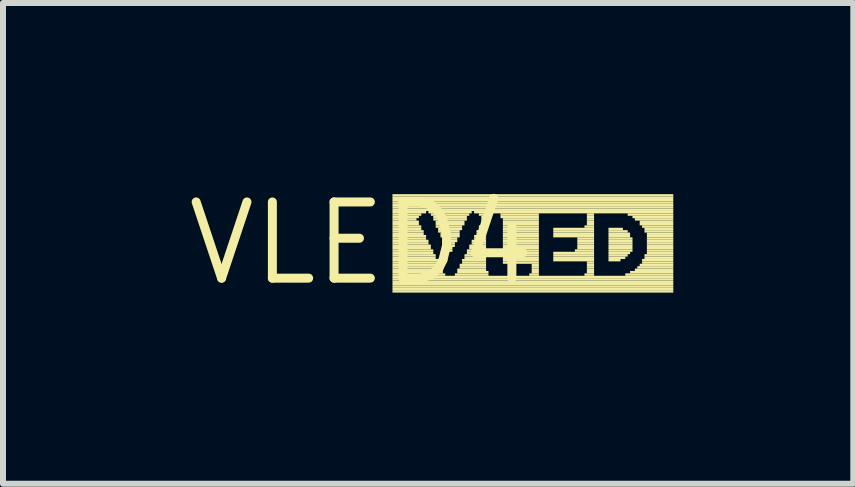
<source format=kicad_pcb>
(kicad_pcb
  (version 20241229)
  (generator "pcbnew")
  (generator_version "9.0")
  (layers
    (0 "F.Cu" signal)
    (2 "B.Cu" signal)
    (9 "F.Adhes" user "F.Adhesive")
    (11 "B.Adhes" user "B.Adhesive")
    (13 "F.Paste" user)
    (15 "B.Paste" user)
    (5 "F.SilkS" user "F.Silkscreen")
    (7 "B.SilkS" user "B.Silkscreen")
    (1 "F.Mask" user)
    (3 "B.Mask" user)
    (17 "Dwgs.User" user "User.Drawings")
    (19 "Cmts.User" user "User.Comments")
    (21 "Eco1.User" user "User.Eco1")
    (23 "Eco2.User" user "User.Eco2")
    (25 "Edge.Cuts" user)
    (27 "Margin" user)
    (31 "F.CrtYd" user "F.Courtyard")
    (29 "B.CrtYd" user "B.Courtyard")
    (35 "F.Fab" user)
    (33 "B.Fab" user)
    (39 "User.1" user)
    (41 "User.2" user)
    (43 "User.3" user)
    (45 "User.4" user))
  (footprint "VLED4"
    (layer "F.Cu")
    (at 2.971 1.006)
    (property "Reference" "VLED4" (at 0 0 0) (layer "F.SilkS") (effects (font (size 1.27 1.27) (thickness 0.15))))
    (attr through_hole)
    (fp_poly (pts (xy 0.52 -0.78) (xy 5.2 -0.78) (xy 5.2 -0.82) (xy 0.52 -0.82)) (stroke (width 0) (type solid)) (fill yes) (layer "F.SilkS"))
    (fp_poly (pts (xy 0.52 -0.74) (xy 5.2 -0.74) (xy 5.2 -0.78) (xy 0.52 -0.78)) (stroke (width 0) (type solid)) (fill yes) (layer "F.SilkS"))
    (fp_poly (pts (xy 0.52 -0.7) (xy 5.2 -0.7) (xy 5.2 -0.74) (xy 0.52 -0.74)) (stroke (width 0) (type solid)) (fill yes) (layer "F.SilkS"))
    (fp_poly (pts (xy 0.52 -0.66) (xy 5.2 -0.66) (xy 5.2 -0.7) (xy 0.52 -0.7)) (stroke (width 0) (type solid)) (fill yes) (layer "F.SilkS"))
    (fp_poly (pts (xy 0.52 -0.62) (xy 5.2 -0.62) (xy 5.2 -0.66) (xy 0.52 -0.66)) (stroke (width 0) (type solid)) (fill yes) (layer "F.SilkS"))
    (fp_poly (pts (xy 0.52 -0.58) (xy 5.2 -0.58) (xy 5.2 -0.62) (xy 0.52 -0.62)) (stroke (width 0) (type solid)) (fill yes) (layer "F.SilkS"))
    (fp_poly (pts (xy 0.52 -0.54) (xy 5.2 -0.54) (xy 5.2 -0.58) (xy 0.52 -0.58)) (stroke (width 0) (type solid)) (fill yes) (layer "F.SilkS"))
    (fp_poly (pts (xy 0.52 -0.5) (xy 1.08 -0.5) (xy 1.08 -0.54) (xy 0.52 -0.54)) (stroke (width 0) (type solid)) (fill yes) (layer "F.SilkS"))
    (fp_poly (pts (xy 0.52 -0.46) (xy 1 -0.46) (xy 1 -0.5) (xy 0.52 -0.5)) (stroke (width 0) (type solid)) (fill yes) (layer "F.SilkS"))
    (fp_poly (pts (xy 0.52 -0.42) (xy 0.96 -0.42) (xy 0.96 -0.46) (xy 0.52 -0.46)) (stroke (width 0) (type solid)) (fill yes) (layer "F.SilkS"))
    (fp_poly (pts (xy 0.52 -0.38) (xy 0.92 -0.38) (xy 0.92 -0.42) (xy 0.52 -0.42)) (stroke (width 0) (type solid)) (fill yes) (layer "F.SilkS"))
    (fp_poly (pts (xy 0.52 -0.34) (xy 0.96 -0.34) (xy 0.96 -0.38) (xy 0.52 -0.38)) (stroke (width 0) (type solid)) (fill yes) (layer "F.SilkS"))
    (fp_poly (pts (xy 0.52 -0.3) (xy 0.96 -0.3) (xy 0.96 -0.34) (xy 0.52 -0.34)) (stroke (width 0) (type solid)) (fill yes) (layer "F.SilkS"))
    (fp_poly (pts (xy 0.52 -0.26) (xy 1 -0.26) (xy 1 -0.3) (xy 0.52 -0.3)) (stroke (width 0) (type solid)) (fill yes) (layer "F.SilkS"))
    (fp_poly (pts (xy 0.52 -0.22) (xy 1 -0.22) (xy 1 -0.26) (xy 0.52 -0.26)) (stroke (width 0) (type solid)) (fill yes) (layer "F.SilkS"))
    (fp_poly (pts (xy 0.52 -0.18) (xy 1.04 -0.18) (xy 1.04 -0.22) (xy 0.52 -0.22)) (stroke (width 0) (type solid)) (fill yes) (layer "F.SilkS"))
    (fp_poly (pts (xy 0.52 -0.14) (xy 1.04 -0.14) (xy 1.04 -0.18) (xy 0.52 -0.18)) (stroke (width 0) (type solid)) (fill yes) (layer "F.SilkS"))
    (fp_poly (pts (xy 0.52 -0.1) (xy 1.08 -0.1) (xy 1.08 -0.14) (xy 0.52 -0.14)) (stroke (width 0) (type solid)) (fill yes) (layer "F.SilkS"))
    (fp_poly (pts (xy 0.52 -0.06) (xy 1.08 -0.06) (xy 1.08 -0.1) (xy 0.52 -0.1)) (stroke (width 0) (type solid)) (fill yes) (layer "F.SilkS"))
    (fp_poly (pts (xy 0.52 -0.02) (xy 1.12 -0.02) (xy 1.12 -0.06) (xy 0.52 -0.06)) (stroke (width 0) (type solid)) (fill yes) (layer "F.SilkS"))
    (fp_poly (pts (xy 0.52 0.02) (xy 1.12 0.02) (xy 1.12 -0.02) (xy 0.52 -0.02)) (stroke (width 0) (type solid)) (fill yes) (layer "F.SilkS"))
    (fp_poly (pts (xy 0.52 0.06) (xy 1.16 0.06) (xy 1.16 0.02) (xy 0.52 0.02)) (stroke (width 0) (type solid)) (fill yes) (layer "F.SilkS"))
    (fp_poly (pts (xy 0.52 0.1) (xy 1.16 0.1) (xy 1.16 0.06) (xy 0.52 0.06)) (stroke (width 0) (type solid)) (fill yes) (layer "F.SilkS"))
    (fp_poly (pts (xy 0.52 0.14) (xy 1.2 0.14) (xy 1.2 0.1) (xy 0.52 0.1)) (stroke (width 0) (type solid)) (fill yes) (layer "F.SilkS"))
    (fp_poly (pts (xy 0.52 0.18) (xy 1.2 0.18) (xy 1.2 0.14) (xy 0.52 0.14)) (stroke (width 0) (type solid)) (fill yes) (layer "F.SilkS"))
    (fp_poly (pts (xy 0.52 0.22) (xy 1.24 0.22) (xy 1.24 0.18) (xy 0.52 0.18)) (stroke (width 0) (type solid)) (fill yes) (layer "F.SilkS"))
    (fp_poly (pts (xy 0.52 0.26) (xy 1.24 0.26) (xy 1.24 0.22) (xy 0.52 0.22)) (stroke (width 0) (type solid)) (fill yes) (layer "F.SilkS"))
    (fp_poly (pts (xy 0.52 0.3) (xy 1.28 0.3) (xy 1.28 0.26) (xy 0.52 0.26)) (stroke (width 0) (type solid)) (fill yes) (layer "F.SilkS"))
    (fp_poly (pts (xy 0.52 0.34) (xy 1.28 0.34) (xy 1.28 0.3) (xy 0.52 0.3)) (stroke (width 0) (type solid)) (fill yes) (layer "F.SilkS"))
    (fp_poly (pts (xy 0.52 0.38) (xy 1.32 0.38) (xy 1.32 0.34) (xy 0.52 0.34)) (stroke (width 0) (type solid)) (fill yes) (layer "F.SilkS"))
    (fp_poly (pts (xy 0.52 0.42) (xy 1.32 0.42) (xy 1.32 0.38) (xy 0.52 0.38)) (stroke (width 0) (type solid)) (fill yes) (layer "F.SilkS"))
    (fp_poly (pts (xy 0.52 0.46) (xy 1.36 0.46) (xy 1.36 0.42) (xy 0.52 0.42)) (stroke (width 0) (type solid)) (fill yes) (layer "F.SilkS"))
    (fp_poly (pts (xy 0.52 0.5) (xy 1.36 0.5) (xy 1.36 0.46) (xy 0.52 0.46)) (stroke (width 0) (type solid)) (fill yes) (layer "F.SilkS"))
    (fp_poly (pts (xy 0.52 0.54) (xy 1.4 0.54) (xy 1.4 0.5) (xy 0.52 0.5)) (stroke (width 0) (type solid)) (fill yes) (layer "F.SilkS"))
    (fp_poly (pts (xy 0.52 0.58) (xy 5.2 0.58) (xy 5.2 0.54) (xy 0.52 0.54)) (stroke (width 0) (type solid)) (fill yes) (layer "F.SilkS"))
    (fp_poly (pts (xy 0.52 0.62) (xy 5.2 0.62) (xy 5.2 0.58) (xy 0.52 0.58)) (stroke (width 0) (type solid)) (fill yes) (layer "F.SilkS"))
    (fp_poly (pts (xy 0.52 0.66) (xy 5.2 0.66) (xy 5.2 0.62) (xy 0.52 0.62)) (stroke (width 0) (type solid)) (fill yes) (layer "F.SilkS"))
    (fp_poly (pts (xy 0.52 0.7) (xy 5.2 0.7) (xy 5.2 0.66) (xy 0.52 0.66)) (stroke (width 0) (type solid)) (fill yes) (layer "F.SilkS"))
    (fp_poly (pts (xy 0.52 0.74) (xy 5.2 0.74) (xy 5.2 0.7) (xy 0.52 0.7)) (stroke (width 0) (type solid)) (fill yes) (layer "F.SilkS"))
    (fp_poly (pts (xy 0.52 0.78) (xy 5.2 0.78) (xy 5.2 0.74) (xy 0.52 0.74)) (stroke (width 0) (type solid)) (fill yes) (layer "F.SilkS"))
    (fp_poly (pts (xy 0.52 0.82) (xy 5.2 0.82) (xy 5.2 0.78) (xy 0.52 0.78)) (stroke (width 0) (type solid)) (fill yes) (layer "F.SilkS"))
    (fp_poly (pts (xy 1.12 -0.5) (xy 1.84 -0.5) (xy 1.84 -0.54) (xy 1.12 -0.54)) (stroke (width 0) (type solid)) (fill yes) (layer "F.SilkS"))
    (fp_poly (pts (xy 1.16 -0.46) (xy 1.8 -0.46) (xy 1.8 -0.5) (xy 1.16 -0.5)) (stroke (width 0) (type solid)) (fill yes) (layer "F.SilkS"))
    (fp_poly (pts (xy 1.2 -0.42) (xy 1.76 -0.42) (xy 1.76 -0.46) (xy 1.2 -0.46)) (stroke (width 0) (type solid)) (fill yes) (layer "F.SilkS"))
    (fp_poly (pts (xy 1.2 -0.38) (xy 1.76 -0.38) (xy 1.76 -0.42) (xy 1.2 -0.42)) (stroke (width 0) (type solid)) (fill yes) (layer "F.SilkS"))
    (fp_poly (pts (xy 1.24 -0.34) (xy 1.72 -0.34) (xy 1.72 -0.38) (xy 1.24 -0.38)) (stroke (width 0) (type solid)) (fill yes) (layer "F.SilkS"))
    (fp_poly (pts (xy 1.24 -0.3) (xy 1.72 -0.3) (xy 1.72 -0.34) (xy 1.24 -0.34)) (stroke (width 0) (type solid)) (fill yes) (layer "F.SilkS"))
    (fp_poly (pts (xy 1.24 -0.26) (xy 1.68 -0.26) (xy 1.68 -0.3) (xy 1.24 -0.3)) (stroke (width 0) (type solid)) (fill yes) (layer "F.SilkS"))
    (fp_poly (pts (xy 1.28 -0.22) (xy 1.68 -0.22) (xy 1.68 -0.26) (xy 1.28 -0.26)) (stroke (width 0) (type solid)) (fill yes) (layer "F.SilkS"))
    (fp_poly (pts (xy 1.28 -0.18) (xy 1.64 -0.18) (xy 1.64 -0.22) (xy 1.28 -0.22)) (stroke (width 0) (type solid)) (fill yes) (layer "F.SilkS"))
    (fp_poly (pts (xy 1.32 -0.14) (xy 1.64 -0.14) (xy 1.64 -0.18) (xy 1.32 -0.18)) (stroke (width 0) (type solid)) (fill yes) (layer "F.SilkS"))
    (fp_poly (pts (xy 1.32 -0.1) (xy 1.64 -0.1) (xy 1.64 -0.14) (xy 1.32 -0.14)) (stroke (width 0) (type solid)) (fill yes) (layer "F.SilkS"))
    (fp_poly (pts (xy 1.36 -0.06) (xy 1.6 -0.06) (xy 1.6 -0.1) (xy 1.36 -0.1)) (stroke (width 0) (type solid)) (fill yes) (layer "F.SilkS"))
    (fp_poly (pts (xy 1.36 -0.02) (xy 1.6 -0.02) (xy 1.6 -0.06) (xy 1.36 -0.06)) (stroke (width 0) (type solid)) (fill yes) (layer "F.SilkS"))
    (fp_poly (pts (xy 1.4 0.02) (xy 1.56 0.02) (xy 1.56 -0.02) (xy 1.4 -0.02)) (stroke (width 0) (type solid)) (fill yes) (layer "F.SilkS"))
    (fp_poly (pts (xy 1.4 0.06) (xy 1.56 0.06) (xy 1.56 0.02) (xy 1.4 0.02)) (stroke (width 0) (type solid)) (fill yes) (layer "F.SilkS"))
    (fp_poly (pts (xy 1.44 0.1) (xy 1.52 0.1) (xy 1.52 0.06) (xy 1.44 0.06)) (stroke (width 0) (type solid)) (fill yes) (layer "F.SilkS"))
    (fp_poly (pts (xy 1.44 0.14) (xy 1.52 0.14) (xy 1.52 0.1) (xy 1.44 0.1)) (stroke (width 0) (type solid)) (fill yes) (layer "F.SilkS"))
    (fp_poly (pts (xy 1.56 0.54) (xy 2.12 0.54) (xy 2.12 0.5) (xy 1.56 0.5)) (stroke (width 0) (type solid)) (fill yes) (layer "F.SilkS"))
    (fp_poly (pts (xy 1.6 0.46) (xy 2.08 0.46) (xy 2.08 0.42) (xy 1.6 0.42)) (stroke (width 0) (type solid)) (fill yes) (layer "F.SilkS"))
    (fp_poly (pts (xy 1.6 0.5) (xy 2.12 0.5) (xy 2.12 0.46) (xy 1.6 0.46)) (stroke (width 0) (type solid)) (fill yes) (layer "F.SilkS"))
    (fp_poly (pts (xy 1.64 0.38) (xy 2.08 0.38) (xy 2.08 0.34) (xy 1.64 0.34)) (stroke (width 0) (type solid)) (fill yes) (layer "F.SilkS"))
    (fp_poly (pts (xy 1.64 0.42) (xy 2.08 0.42) (xy 2.08 0.38) (xy 1.64 0.38)) (stroke (width 0) (type solid)) (fill yes) (layer "F.SilkS"))
    (fp_poly (pts (xy 1.68 0.3) (xy 2.08 0.3) (xy 2.08 0.26) (xy 1.68 0.26)) (stroke (width 0) (type solid)) (fill yes) (layer "F.SilkS"))
    (fp_poly (pts (xy 1.68 0.34) (xy 2.08 0.34) (xy 2.08 0.3) (xy 1.68 0.3)) (stroke (width 0) (type solid)) (fill yes) (layer "F.SilkS"))
    (fp_poly (pts (xy 1.72 0.22) (xy 2.08 0.22) (xy 2.08 0.18) (xy 1.72 0.18)) (stroke (width 0) (type solid)) (fill yes) (layer "F.SilkS"))
    (fp_poly (pts (xy 1.72 0.26) (xy 2.08 0.26) (xy 2.08 0.22) (xy 1.72 0.22)) (stroke (width 0) (type solid)) (fill yes) (layer "F.SilkS"))
    (fp_poly (pts (xy 1.76 0.14) (xy 2.08 0.14) (xy 2.08 0.1) (xy 1.76 0.1)) (stroke (width 0) (type solid)) (fill yes) (layer "F.SilkS"))
    (fp_poly (pts (xy 1.76 0.18) (xy 2.08 0.18) (xy 2.08 0.14) (xy 1.76 0.14)) (stroke (width 0) (type solid)) (fill yes) (layer "F.SilkS"))
    (fp_poly (pts (xy 1.8 0.06) (xy 2.08 0.06) (xy 2.08 0.02) (xy 1.8 0.02)) (stroke (width 0) (type solid)) (fill yes) (layer "F.SilkS"))
    (fp_poly (pts (xy 1.8 0.1) (xy 2.08 0.1) (xy 2.08 0.06) (xy 1.8 0.06)) (stroke (width 0) (type solid)) (fill yes) (layer "F.SilkS"))
    (fp_poly (pts (xy 1.84 -0.02) (xy 2.08 -0.02) (xy 2.08 -0.06) (xy 1.84 -0.06)) (stroke (width 0) (type solid)) (fill yes) (layer "F.SilkS"))
    (fp_poly (pts (xy 1.84 0.02) (xy 2.08 0.02) (xy 2.08 -0.02) (xy 1.84 -0.02)) (stroke (width 0) (type solid)) (fill yes) (layer "F.SilkS"))
    (fp_poly (pts (xy 1.88 -0.5) (xy 5.2 -0.5) (xy 5.2 -0.54) (xy 1.88 -0.54)) (stroke (width 0) (type solid)) (fill yes) (layer "F.SilkS"))
    (fp_poly (pts (xy 1.88 -0.1) (xy 2.08 -0.1) (xy 2.08 -0.14) (xy 1.88 -0.14)) (stroke (width 0) (type solid)) (fill yes) (layer "F.SilkS"))
    (fp_poly (pts (xy 1.88 -0.06) (xy 2.08 -0.06) (xy 2.08 -0.1) (xy 1.88 -0.1)) (stroke (width 0) (type solid)) (fill yes) (layer "F.SilkS"))
    (fp_poly (pts (xy 1.92 -0.18) (xy 2.08 -0.18) (xy 2.08 -0.22) (xy 1.92 -0.22)) (stroke (width 0) (type solid)) (fill yes) (layer "F.SilkS"))
    (fp_poly (pts (xy 1.92 -0.14) (xy 2.08 -0.14) (xy 2.08 -0.18) (xy 1.92 -0.18)) (stroke (width 0) (type solid)) (fill yes) (layer "F.SilkS"))
    (fp_poly (pts (xy 1.96 -0.46) (xy 2.12 -0.46) (xy 2.12 -0.5) (xy 1.96 -0.5)) (stroke (width 0) (type solid)) (fill yes) (layer "F.SilkS"))
    (fp_poly (pts (xy 1.96 -0.26) (xy 2.08 -0.26) (xy 2.08 -0.3) (xy 1.96 -0.3)) (stroke (width 0) (type solid)) (fill yes) (layer "F.SilkS"))
    (fp_poly (pts (xy 1.96 -0.22) (xy 2.08 -0.22) (xy 2.08 -0.26) (xy 1.96 -0.26)) (stroke (width 0) (type solid)) (fill yes) (layer "F.SilkS"))
    (fp_poly (pts (xy 2 -0.42) (xy 2.08 -0.42) (xy 2.08 -0.46) (xy 2 -0.46)) (stroke (width 0) (type solid)) (fill yes) (layer "F.SilkS"))
    (fp_poly (pts (xy 2 -0.38) (xy 2.08 -0.38) (xy 2.08 -0.42) (xy 2 -0.42)) (stroke (width 0) (type solid)) (fill yes) (layer "F.SilkS"))
    (fp_poly (pts (xy 2 -0.34) (xy 2.08 -0.34) (xy 2.08 -0.38) (xy 2 -0.38)) (stroke (width 0) (type solid)) (fill yes) (layer "F.SilkS"))
    (fp_poly (pts (xy 2 -0.3) (xy 2.08 -0.3) (xy 2.08 -0.34) (xy 2 -0.34)) (stroke (width 0) (type solid)) (fill yes) (layer "F.SilkS"))
    (fp_poly (pts (xy 2.32 -0.46) (xy 2.96 -0.46) (xy 2.96 -0.5) (xy 2.32 -0.5)) (stroke (width 0) (type solid)) (fill yes) (layer "F.SilkS"))
    (fp_poly (pts (xy 2.32 -0.42) (xy 2.96 -0.42) (xy 2.96 -0.46) (xy 2.32 -0.46)) (stroke (width 0) (type solid)) (fill yes) (layer "F.SilkS"))
    (fp_poly (pts (xy 2.36 -0.38) (xy 2.96 -0.38) (xy 2.96 -0.42) (xy 2.36 -0.42)) (stroke (width 0) (type solid)) (fill yes) (layer "F.SilkS"))
    (fp_poly (pts (xy 2.36 -0.34) (xy 2.96 -0.34) (xy 2.96 -0.38) (xy 2.36 -0.38)) (stroke (width 0) (type solid)) (fill yes) (layer "F.SilkS"))
    (fp_poly (pts (xy 2.36 -0.3) (xy 2.96 -0.3) (xy 2.96 -0.34) (xy 2.36 -0.34)) (stroke (width 0) (type solid)) (fill yes) (layer "F.SilkS"))
    (fp_poly (pts (xy 2.36 -0.26) (xy 2.96 -0.26) (xy 2.96 -0.3) (xy 2.36 -0.3)) (stroke (width 0) (type solid)) (fill yes) (layer "F.SilkS"))
    (fp_poly (pts (xy 2.36 -0.22) (xy 2.96 -0.22) (xy 2.96 -0.26) (xy 2.36 -0.26)) (stroke (width 0) (type solid)) (fill yes) (layer "F.SilkS"))
    (fp_poly (pts (xy 2.36 -0.18) (xy 2.96 -0.18) (xy 2.96 -0.22) (xy 2.36 -0.22)) (stroke (width 0) (type solid)) (fill yes) (layer "F.SilkS"))
    (fp_poly (pts (xy 2.36 -0.14) (xy 2.96 -0.14) (xy 2.96 -0.18) (xy 2.36 -0.18)) (stroke (width 0) (type solid)) (fill yes) (layer "F.SilkS"))
    (fp_poly (pts (xy 2.36 -0.1) (xy 2.96 -0.1) (xy 2.96 -0.14) (xy 2.36 -0.14)) (stroke (width 0) (type solid)) (fill yes) (layer "F.SilkS"))
    (fp_poly (pts (xy 2.36 -0.06) (xy 2.96 -0.06) (xy 2.96 -0.1) (xy 2.36 -0.1)) (stroke (width 0) (type solid)) (fill yes) (layer "F.SilkS"))
    (fp_poly (pts (xy 2.36 -0.02) (xy 2.96 -0.02) (xy 2.96 -0.06) (xy 2.36 -0.06)) (stroke (width 0) (type solid)) (fill yes) (layer "F.SilkS"))
    (fp_poly (pts (xy 2.36 0.02) (xy 2.96 0.02) (xy 2.96 -0.02) (xy 2.36 -0.02)) (stroke (width 0) (type solid)) (fill yes) (layer "F.SilkS"))
    (fp_poly (pts (xy 2.36 0.06) (xy 2.96 0.06) (xy 2.96 0.02) (xy 2.36 0.02)) (stroke (width 0) (type solid)) (fill yes) (layer "F.SilkS"))
    (fp_poly (pts (xy 2.36 0.1) (xy 2.96 0.1) (xy 2.96 0.06) (xy 2.36 0.06)) (stroke (width 0) (type solid)) (fill yes) (layer "F.SilkS"))
    (fp_poly (pts (xy 2.36 0.14) (xy 2.96 0.14) (xy 2.96 0.1) (xy 2.36 0.1)) (stroke (width 0) (type solid)) (fill yes) (layer "F.SilkS"))
    (fp_poly (pts (xy 2.36 0.18) (xy 2.96 0.18) (xy 2.96 0.14) (xy 2.36 0.14)) (stroke (width 0) (type solid)) (fill yes) (layer "F.SilkS"))
    (fp_poly (pts (xy 2.36 0.22) (xy 2.96 0.22) (xy 2.96 0.18) (xy 2.36 0.18)) (stroke (width 0) (type solid)) (fill yes) (layer "F.SilkS"))
    (fp_poly (pts (xy 2.36 0.26) (xy 2.96 0.26) (xy 2.96 0.22) (xy 2.36 0.22)) (stroke (width 0) (type solid)) (fill yes) (layer "F.SilkS"))
    (fp_poly (pts (xy 2.36 0.3) (xy 2.96 0.3) (xy 2.96 0.26) (xy 2.36 0.26)) (stroke (width 0) (type solid)) (fill yes) (layer "F.SilkS"))
    (fp_poly (pts (xy 2.36 0.34) (xy 2.96 0.34) (xy 2.96 0.3) (xy 2.36 0.3)) (stroke (width 0) (type solid)) (fill yes) (layer "F.SilkS"))
    (fp_poly (pts (xy 2.8 0.54) (xy 2.96 0.54) (xy 2.96 0.5) (xy 2.8 0.5)) (stroke (width 0) (type solid)) (fill yes) (layer "F.SilkS"))
    (fp_poly (pts (xy 2.84 0.38) (xy 2.96 0.38) (xy 2.96 0.34) (xy 2.84 0.34)) (stroke (width 0) (type solid)) (fill yes) (layer "F.SilkS"))
    (fp_poly (pts (xy 2.84 0.42) (xy 2.96 0.42) (xy 2.96 0.38) (xy 2.84 0.38)) (stroke (width 0) (type solid)) (fill yes) (layer "F.SilkS"))
    (fp_poly (pts (xy 2.84 0.46) (xy 2.96 0.46) (xy 2.96 0.42) (xy 2.84 0.42)) (stroke (width 0) (type solid)) (fill yes) (layer "F.SilkS"))
    (fp_poly (pts (xy 2.84 0.5) (xy 2.96 0.5) (xy 2.96 0.46) (xy 2.84 0.46)) (stroke (width 0) (type solid)) (fill yes) (layer "F.SilkS"))
    (fp_poly (pts (xy 3.2 -0.22) (xy 3.88 -0.22) (xy 3.88 -0.26) (xy 3.2 -0.26)) (stroke (width 0) (type solid)) (fill yes) (layer "F.SilkS"))
    (fp_poly (pts (xy 3.2 -0.18) (xy 3.88 -0.18) (xy 3.88 -0.22) (xy 3.2 -0.22)) (stroke (width 0) (type solid)) (fill yes) (layer "F.SilkS"))
    (fp_poly (pts (xy 3.2 -0.14) (xy 3.88 -0.14) (xy 3.88 -0.18) (xy 3.2 -0.18)) (stroke (width 0) (type solid)) (fill yes) (layer "F.SilkS"))
    (fp_poly (pts (xy 3.2 -0.1) (xy 3.88 -0.1) (xy 3.88 -0.14) (xy 3.2 -0.14)) (stroke (width 0) (type solid)) (fill yes) (layer "F.SilkS"))
    (fp_poly (pts (xy 3.2 0.18) (xy 3.88 0.18) (xy 3.88 0.14) (xy 3.2 0.14)) (stroke (width 0) (type solid)) (fill yes) (layer "F.SilkS"))
    (fp_poly (pts (xy 3.2 0.22) (xy 3.88 0.22) (xy 3.88 0.18) (xy 3.2 0.18)) (stroke (width 0) (type solid)) (fill yes) (layer "F.SilkS"))
    (fp_poly (pts (xy 3.2 0.26) (xy 3.88 0.26) (xy 3.88 0.22) (xy 3.2 0.22)) (stroke (width 0) (type solid)) (fill yes) (layer "F.SilkS"))
    (fp_poly (pts (xy 3.2 0.3) (xy 3.88 0.3) (xy 3.88 0.26) (xy 3.2 0.26)) (stroke (width 0) (type solid)) (fill yes) (layer "F.SilkS"))
    (fp_poly (pts (xy 3.56 0.14) (xy 3.88 0.14) (xy 3.88 0.1) (xy 3.56 0.1)) (stroke (width 0) (type solid)) (fill yes) (layer "F.SilkS"))
    (fp_poly (pts (xy 3.6 -0.06) (xy 3.88 -0.06) (xy 3.88 -0.1) (xy 3.6 -0.1)) (stroke (width 0) (type solid)) (fill yes) (layer "F.SilkS"))
    (fp_poly (pts (xy 3.6 -0.02) (xy 3.88 -0.02) (xy 3.88 -0.06) (xy 3.6 -0.06)) (stroke (width 0) (type solid)) (fill yes) (layer "F.SilkS"))
    (fp_poly (pts (xy 3.6 0.02) (xy 3.88 0.02) (xy 3.88 -0.02) (xy 3.6 -0.02)) (stroke (width 0) (type solid)) (fill yes) (layer "F.SilkS"))
    (fp_poly (pts (xy 3.6 0.06) (xy 3.88 0.06) (xy 3.88 0.02) (xy 3.6 0.02)) (stroke (width 0) (type solid)) (fill yes) (layer "F.SilkS"))
    (fp_poly (pts (xy 3.6 0.1) (xy 3.88 0.1) (xy 3.88 0.06) (xy 3.6 0.06)) (stroke (width 0) (type solid)) (fill yes) (layer "F.SilkS"))
    (fp_poly (pts (xy 3.72 -0.26) (xy 3.88 -0.26) (xy 3.88 -0.3) (xy 3.72 -0.3)) (stroke (width 0) (type solid)) (fill yes) (layer "F.SilkS"))
    (fp_poly (pts (xy 3.72 0.54) (xy 3.88 0.54) (xy 3.88 0.5) (xy 3.72 0.5)) (stroke (width 0) (type solid)) (fill yes) (layer "F.SilkS"))
    (fp_poly (pts (xy 3.76 -0.46) (xy 3.88 -0.46) (xy 3.88 -0.5) (xy 3.76 -0.5)) (stroke (width 0) (type solid)) (fill yes) (layer "F.SilkS"))
    (fp_poly (pts (xy 3.76 -0.42) (xy 3.88 -0.42) (xy 3.88 -0.46) (xy 3.76 -0.46)) (stroke (width 0) (type solid)) (fill yes) (layer "F.SilkS"))
    (fp_poly (pts (xy 3.76 -0.38) (xy 3.88 -0.38) (xy 3.88 -0.42) (xy 3.76 -0.42)) (stroke (width 0) (type solid)) (fill yes) (layer "F.SilkS"))
    (fp_poly (pts (xy 3.76 -0.34) (xy 3.88 -0.34) (xy 3.88 -0.38) (xy 3.76 -0.38)) (stroke (width 0) (type solid)) (fill yes) (layer "F.SilkS"))
    (fp_poly (pts (xy 3.76 -0.3) (xy 3.88 -0.3) (xy 3.88 -0.34) (xy 3.76 -0.34)) (stroke (width 0) (type solid)) (fill yes) (layer "F.SilkS"))
    (fp_poly (pts (xy 3.76 0.34) (xy 3.88 0.34) (xy 3.88 0.3) (xy 3.76 0.3)) (stroke (width 0) (type solid)) (fill yes) (layer "F.SilkS"))
    (fp_poly (pts (xy 3.76 0.38) (xy 3.88 0.38) (xy 3.88 0.34) (xy 3.76 0.34)) (stroke (width 0) (type solid)) (fill yes) (layer "F.SilkS"))
    (fp_poly (pts (xy 3.76 0.42) (xy 3.88 0.42) (xy 3.88 0.38) (xy 3.76 0.38)) (stroke (width 0) (type solid)) (fill yes) (layer "F.SilkS"))
    (fp_poly (pts (xy 3.76 0.46) (xy 3.88 0.46) (xy 3.88 0.42) (xy 3.76 0.42)) (stroke (width 0) (type solid)) (fill yes) (layer "F.SilkS"))
    (fp_poly (pts (xy 3.76 0.5) (xy 3.88 0.5) (xy 3.88 0.46) (xy 3.76 0.46)) (stroke (width 0) (type solid)) (fill yes) (layer "F.SilkS"))
    (fp_poly (pts (xy 4.12 -0.22) (xy 4.36 -0.22) (xy 4.36 -0.26) (xy 4.12 -0.26)) (stroke (width 0) (type solid)) (fill yes) (layer "F.SilkS"))
    (fp_poly (pts (xy 4.12 -0.18) (xy 4.44 -0.18) (xy 4.44 -0.22) (xy 4.12 -0.22)) (stroke (width 0) (type solid)) (fill yes) (layer "F.SilkS"))
    (fp_poly (pts (xy 4.12 -0.14) (xy 4.48 -0.14) (xy 4.48 -0.18) (xy 4.12 -0.18)) (stroke (width 0) (type solid)) (fill yes) (layer "F.SilkS"))
    (fp_poly (pts (xy 4.12 -0.1) (xy 4.48 -0.1) (xy 4.48 -0.14) (xy 4.12 -0.14)) (stroke (width 0) (type solid)) (fill yes) (layer "F.SilkS"))
    (fp_poly (pts (xy 4.12 -0.06) (xy 4.52 -0.06) (xy 4.52 -0.1) (xy 4.12 -0.1)) (stroke (width 0) (type solid)) (fill yes) (layer "F.SilkS"))
    (fp_poly (pts (xy 4.12 -0.02) (xy 4.52 -0.02) (xy 4.52 -0.06) (xy 4.12 -0.06)) (stroke (width 0) (type solid)) (fill yes) (layer "F.SilkS"))
    (fp_poly (pts (xy 4.12 0.02) (xy 4.52 0.02) (xy 4.52 -0.02) (xy 4.12 -0.02)) (stroke (width 0) (type solid)) (fill yes) (layer "F.SilkS"))
    (fp_poly (pts (xy 4.12 0.06) (xy 4.52 0.06) (xy 4.52 0.02) (xy 4.12 0.02)) (stroke (width 0) (type solid)) (fill yes) (layer "F.SilkS"))
    (fp_poly (pts (xy 4.12 0.1) (xy 4.52 0.1) (xy 4.52 0.06) (xy 4.12 0.06)) (stroke (width 0) (type solid)) (fill yes) (layer "F.SilkS"))
    (fp_poly (pts (xy 4.12 0.14) (xy 4.52 0.14) (xy 4.52 0.1) (xy 4.12 0.1)) (stroke (width 0) (type solid)) (fill yes) (layer "F.SilkS"))
    (fp_poly (pts (xy 4.12 0.18) (xy 4.48 0.18) (xy 4.48 0.14) (xy 4.12 0.14)) (stroke (width 0) (type solid)) (fill yes) (layer "F.SilkS"))
    (fp_poly (pts (xy 4.12 0.22) (xy 4.44 0.22) (xy 4.44 0.18) (xy 4.12 0.18)) (stroke (width 0) (type solid)) (fill yes) (layer "F.SilkS"))
    (fp_poly (pts (xy 4.12 0.26) (xy 4.4 0.26) (xy 4.4 0.22) (xy 4.12 0.22)) (stroke (width 0) (type solid)) (fill yes) (layer "F.SilkS"))
    (fp_poly (pts (xy 4.12 0.3) (xy 4.32 0.3) (xy 4.32 0.26) (xy 4.12 0.26)) (stroke (width 0) (type solid)) (fill yes) (layer "F.SilkS"))
    (fp_poly (pts (xy 4.4 0.54) (xy 5.2 0.54) (xy 5.2 0.5) (xy 4.4 0.5)) (stroke (width 0) (type solid)) (fill yes) (layer "F.SilkS"))
    (fp_poly (pts (xy 4.44 -0.46) (xy 5.2 -0.46) (xy 5.2 -0.5) (xy 4.44 -0.5)) (stroke (width 0) (type solid)) (fill yes) (layer "F.SilkS"))
    (fp_poly (pts (xy 4.48 0.5) (xy 5.2 0.5) (xy 5.2 0.46) (xy 4.48 0.46)) (stroke (width 0) (type solid)) (fill yes) (layer "F.SilkS"))
    (fp_poly (pts (xy 4.52 -0.42) (xy 5.2 -0.42) (xy 5.2 -0.46) (xy 4.52 -0.46)) (stroke (width 0) (type solid)) (fill yes) (layer "F.SilkS"))
    (fp_poly (pts (xy 4.56 -0.38) (xy 5.2 -0.38) (xy 5.2 -0.42) (xy 4.56 -0.42)) (stroke (width 0) (type solid)) (fill yes) (layer "F.SilkS"))
    (fp_poly (pts (xy 4.56 0.46) (xy 5.2 0.46) (xy 5.2 0.42) (xy 4.56 0.42)) (stroke (width 0) (type solid)) (fill yes) (layer "F.SilkS"))
    (fp_poly (pts (xy 4.6 0.42) (xy 5.2 0.42) (xy 5.2 0.38) (xy 4.6 0.38)) (stroke (width 0) (type solid)) (fill yes) (layer "F.SilkS"))
    (fp_poly (pts (xy 4.64 -0.34) (xy 5.2 -0.34) (xy 5.2 -0.38) (xy 4.64 -0.38)) (stroke (width 0) (type solid)) (fill yes) (layer "F.SilkS"))
    (fp_poly (pts (xy 4.64 -0.3) (xy 5.2 -0.3) (xy 5.2 -0.34) (xy 4.64 -0.34)) (stroke (width 0) (type solid)) (fill yes) (layer "F.SilkS"))
    (fp_poly (pts (xy 4.64 0.38) (xy 5.2 0.38) (xy 5.2 0.34) (xy 4.64 0.34)) (stroke (width 0) (type solid)) (fill yes) (layer "F.SilkS"))
    (fp_poly (pts (xy 4.68 -0.26) (xy 5.2 -0.26) (xy 5.2 -0.3) (xy 4.68 -0.3)) (stroke (width 0) (type solid)) (fill yes) (layer "F.SilkS"))
    (fp_poly (pts (xy 4.68 0.3) (xy 5.2 0.3) (xy 5.2 0.26) (xy 4.68 0.26)) (stroke (width 0) (type solid)) (fill yes) (layer "F.SilkS"))
    (fp_poly (pts (xy 4.68 0.34) (xy 5.2 0.34) (xy 5.2 0.3) (xy 4.68 0.3)) (stroke (width 0) (type solid)) (fill yes) (layer "F.SilkS"))
    (fp_poly (pts (xy 4.72 -0.22) (xy 5.2 -0.22) (xy 5.2 -0.26) (xy 4.72 -0.26)) (stroke (width 0) (type solid)) (fill yes) (layer "F.SilkS"))
    (fp_poly (pts (xy 4.72 -0.18) (xy 5.2 -0.18) (xy 5.2 -0.22) (xy 4.72 -0.22)) (stroke (width 0) (type solid)) (fill yes) (layer "F.SilkS"))
    (fp_poly (pts (xy 4.72 0.22) (xy 5.2 0.22) (xy 5.2 0.18) (xy 4.72 0.18)) (stroke (width 0) (type solid)) (fill yes) (layer "F.SilkS"))
    (fp_poly (pts (xy 4.72 0.26) (xy 5.2 0.26) (xy 5.2 0.22) (xy 4.72 0.22)) (stroke (width 0) (type solid)) (fill yes) (layer "F.SilkS"))
    (fp_poly (pts (xy 4.76 -0.14) (xy 5.2 -0.14) (xy 5.2 -0.18) (xy 4.76 -0.18)) (stroke (width 0) (type solid)) (fill yes) (layer "F.SilkS"))
    (fp_poly (pts (xy 4.76 -0.1) (xy 5.2 -0.1) (xy 5.2 -0.14) (xy 4.76 -0.14)) (stroke (width 0) (type solid)) (fill yes) (layer "F.SilkS"))
    (fp_poly (pts (xy 4.76 -0.06) (xy 5.2 -0.06) (xy 5.2 -0.1) (xy 4.76 -0.1)) (stroke (width 0) (type solid)) (fill yes) (layer "F.SilkS"))
    (fp_poly (pts (xy 4.76 -0.02) (xy 5.2 -0.02) (xy 5.2 -0.06) (xy 4.76 -0.06)) (stroke (width 0) (type solid)) (fill yes) (layer "F.SilkS"))
    (fp_poly (pts (xy 4.76 0.02) (xy 5.2 0.02) (xy 5.2 -0.02) (xy 4.76 -0.02)) (stroke (width 0) (type solid)) (fill yes) (layer "F.SilkS"))
    (fp_poly (pts (xy 4.76 0.06) (xy 5.2 0.06) (xy 5.2 0.02) (xy 4.76 0.02)) (stroke (width 0) (type solid)) (fill yes) (layer "F.SilkS"))
    (fp_poly (pts (xy 4.76 0.1) (xy 5.2 0.1) (xy 5.2 0.06) (xy 4.76 0.06)) (stroke (width 0) (type solid)) (fill yes) (layer "F.SilkS"))
    (fp_poly (pts (xy 4.76 0.14) (xy 5.2 0.14) (xy 5.2 0.1) (xy 4.76 0.1)) (stroke (width 0) (type solid)) (fill yes) (layer "F.SilkS"))
    (fp_poly (pts (xy 4.76 0.18) (xy 5.2 0.18) (xy 5.2 0.14) (xy 4.76 0.14)) (stroke (width 0) (type solid)) (fill yes) (layer "F.SilkS")))
  (gr_rect
    (start -3 -3)
    (end 11.171 5.012)
    (stroke (width 0.1) (type default))
    (fill no)
    (layer "Edge.Cuts")))
</source>
